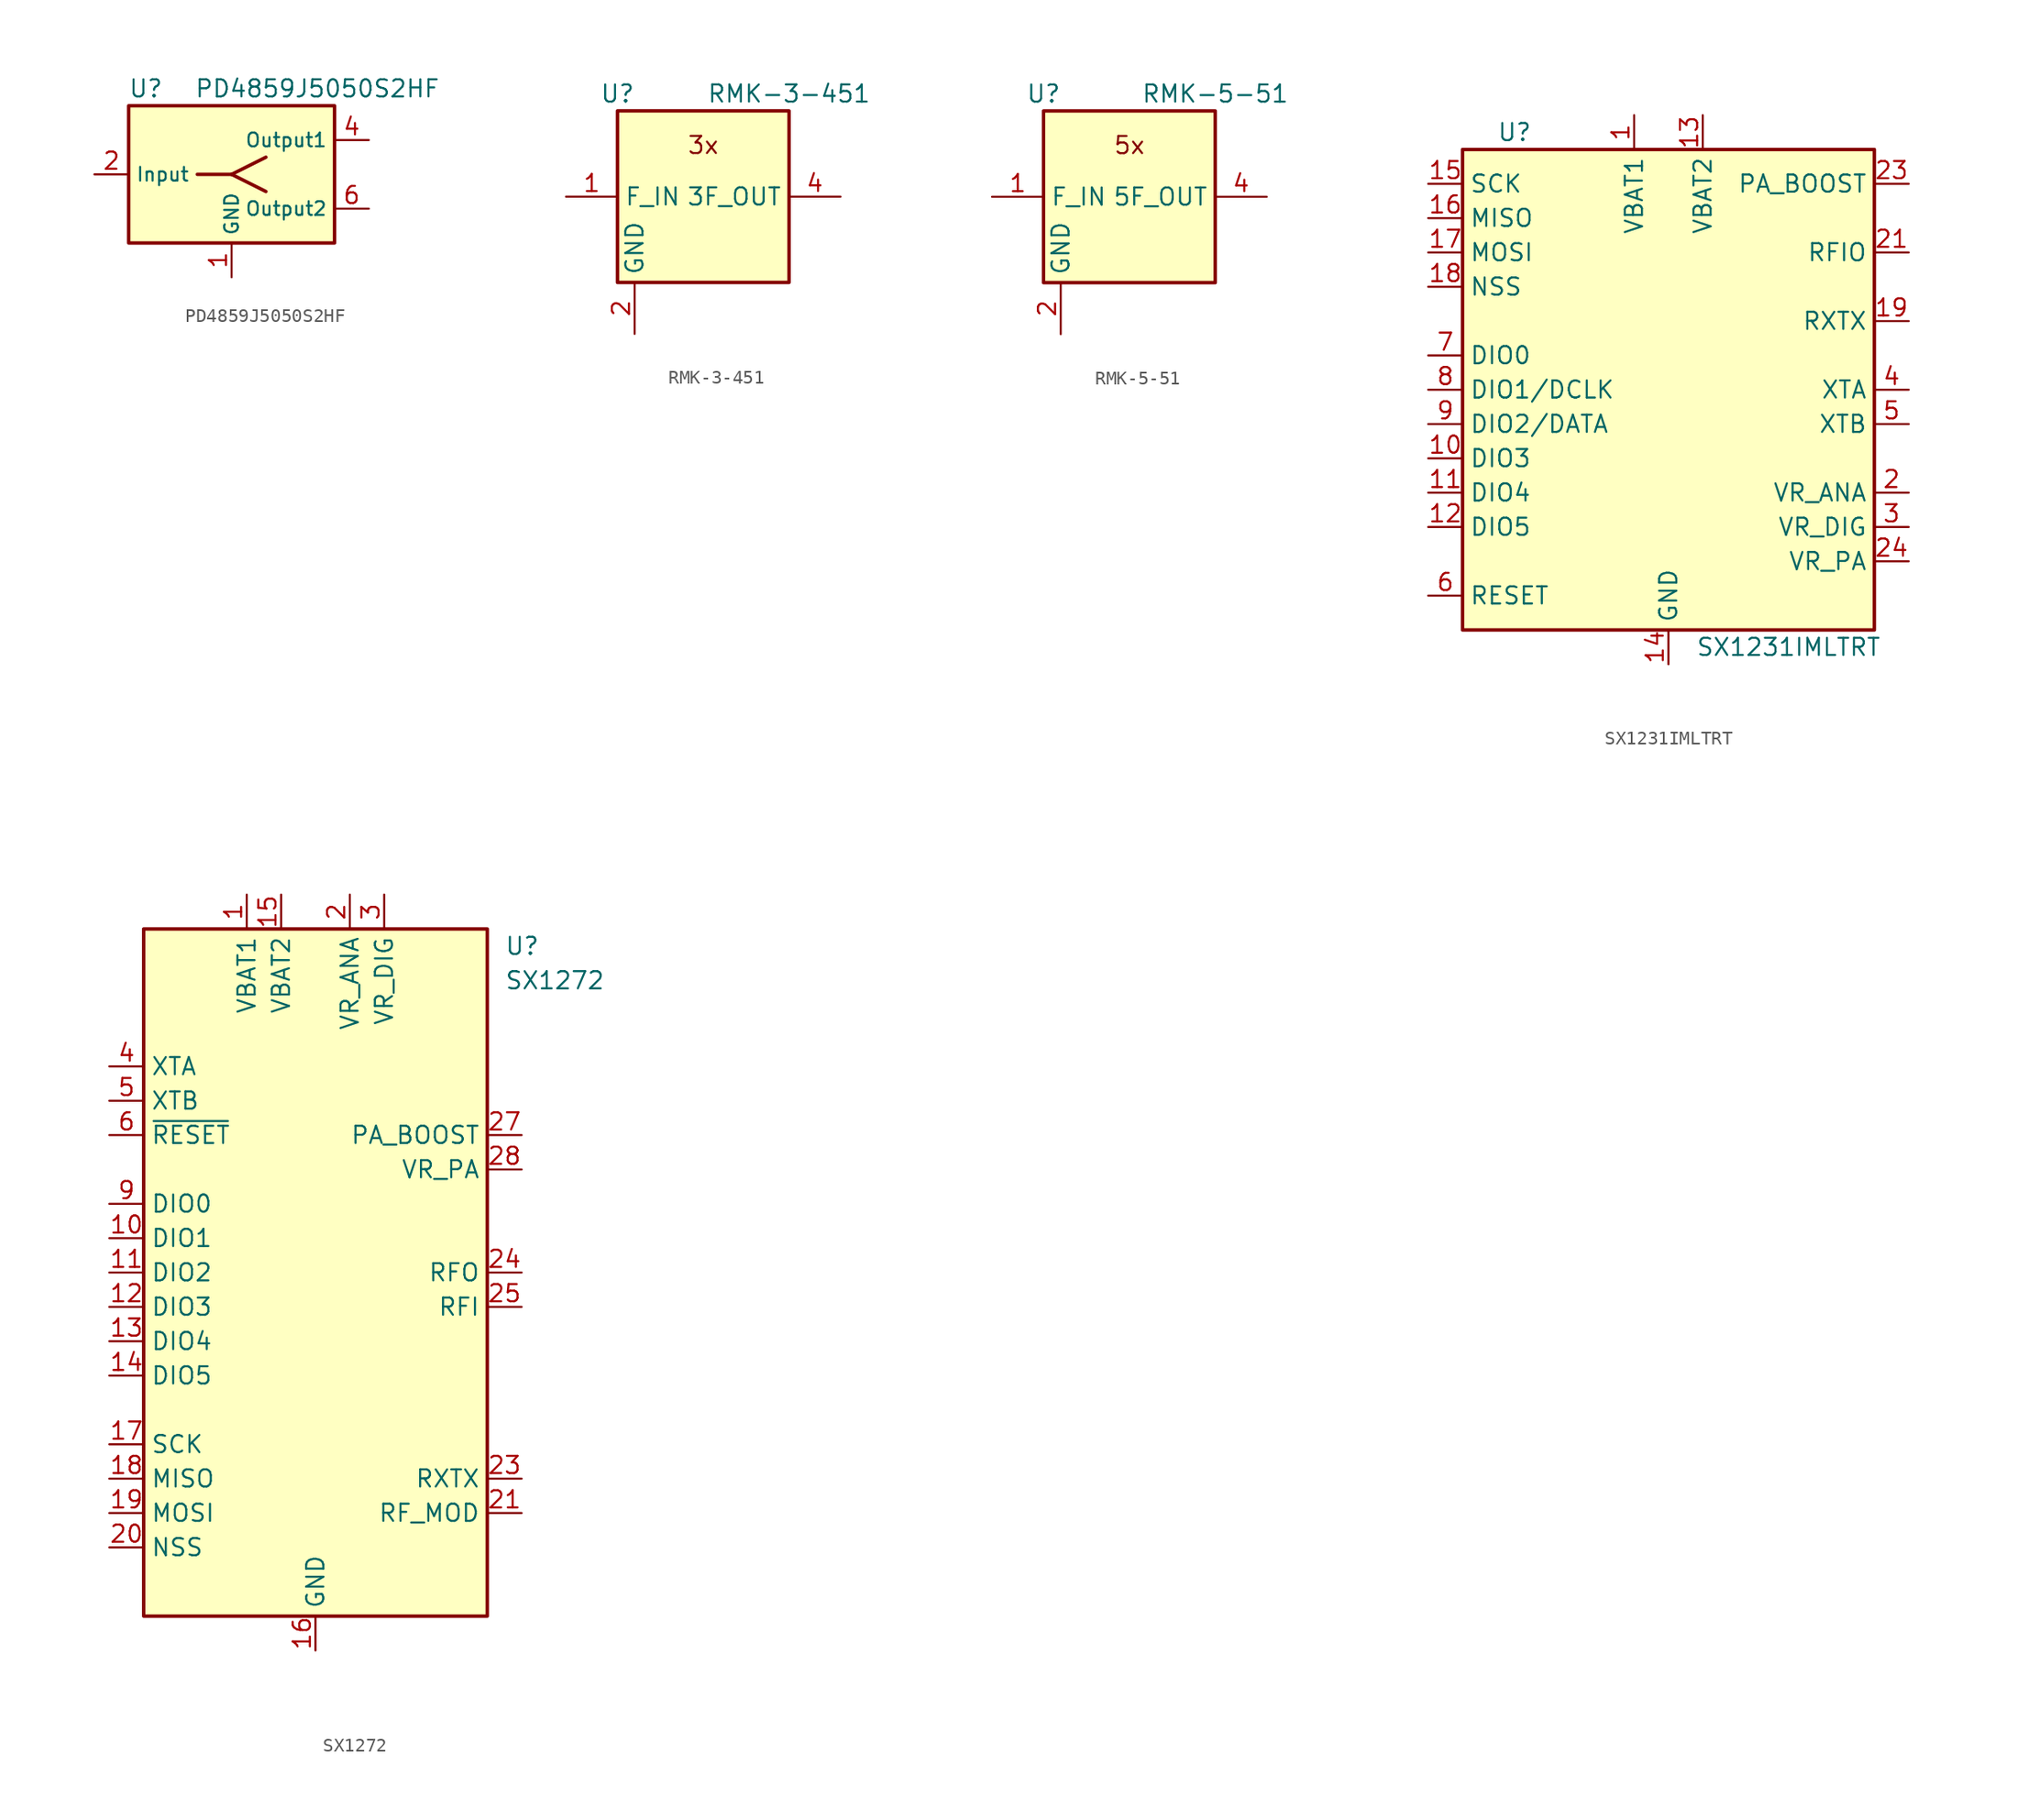
<source format=kicad_sym>
(kicad_symbol_lib
  (version 20231120)
  (generator "kicad_symbol_editor")
  (generator_version "8.0")
  (symbol "PD4859J5050S2HF"
    (property "Reference" "U"
      (at -6.35 6.35 0)
      (effects (font (size 1.27 1.27))))
    (property "Value" "PD4859J5050S2HF"
      (at 6.35 6.35 0)
      (effects (font (size 1.27 1.27))))
    (symbol "PD4859J5050S2HF_0_1"
      (rectangle (start -7.62 5.08) (end 7.62 -5.08) (stroke (width 0.254) (type default)) (fill (type background)))
      (polyline (pts (xy -2.54 0) (xy 0 0)) (stroke (width 0.254) (type default)) (fill (type none)))
      (polyline (pts (xy 0 0) (xy 2.54 -1.27)) (stroke (width 0.254) (type default)) (fill (type none)))
      (polyline (pts (xy 0 0) (xy 2.54 1.27)) (stroke (width 0.254) (type default)) (fill (type none))))
    (symbol "PD4859J5050S2HF_1_1"
      (pin power_in line (at 0 -7.62 90) (length 2.54) (name "GND" (effects (font (size 1.016 1.016)))) (number "1" (effects (font (size 1.27 1.27)))))
      (pin input line (at -10.16 0 0) (length 2.54) (name "Input" (effects (font (size 1.016 1.016)))) (number "2" (effects (font (size 1.27 1.27)))))
      (pin passive line (at 0 -7.62 90) (length 2.54) hide (name "GND" (effects (font (size 1.016 1.016)))) (number "3" (effects (font (size 1.27 1.27)))))
      (pin output line (at 10.16 2.54 180) (length 2.54) (name "Output1" (effects (font (size 1.016 1.016)))) (number "4" (effects (font (size 1.27 1.27)))))
      (pin passive line (at 0 -7.62 90) (length 2.54) hide (name "GND" (effects (font (size 1.016 1.016)))) (number "5" (effects (font (size 1.27 1.27)))))
      (pin output line (at 10.16 -2.54 180) (length 2.54) (name "Output2" (effects (font (size 1.016 1.016)))) (number "6" (effects (font (size 1.27 1.27)))))))
  (symbol "RMK-3-451"
    (property "Reference" "U"
      (at -6.35 7.62 0)
      (effects (font (size 1.27 1.27))))
    (property "Value" "RMK-3-451"
      (at 6.35 7.62 0)
      (effects (font (size 1.27 1.27))))
    (symbol "RMK-3-451_0_0"
      (text "3x" (at 0 3.81 0) (effects (font (size 1.27 1.27)))))
    (symbol "RMK-3-451_0_1"
      (rectangle (start -6.35 6.35) (end 6.35 -6.35) (stroke (width 0.254) (type default)) (fill (type background))))
    (symbol "RMK-3-451_1_1"
      (pin input line (at -10.16 0 0) (length 3.81) (name "F_IN" (effects (font (size 1.27 1.27)))) (number "1" (effects (font (size 1.27 1.27)))))
      (pin power_in line (at -5.08 -10.16 90) (length 3.81) (name "GND" (effects (font (size 1.27 1.27)))) (number "2" (effects (font (size 1.27 1.27)))))
      (pin passive line (at -5.08 -10.16 90) (length 3.81) hide (name "GND" (effects (font (size 1.27 1.27)))) (number "3" (effects (font (size 1.27 1.27)))))
      (pin output line (at 10.16 0 180) (length 3.81) (name "3F_OUT" (effects (font (size 1.27 1.27)))) (number "4" (effects (font (size 1.27 1.27)))))
      (pin passive line (at -5.08 -10.16 90) (length 3.81) hide (name "GND" (effects (font (size 1.27 1.27)))) (number "5" (effects (font (size 1.27 1.27)))))
      (pin passive line (at -5.08 -10.16 90) (length 3.81) hide (name "GND" (effects (font (size 1.27 1.27)))) (number "6" (effects (font (size 1.27 1.27)))))))
  (symbol "RMK-5-51"
    (property "Reference" "U"
      (at -6.35 7.62 0)
      (effects (font (size 1.27 1.27))))
    (property "Value" "RMK-5-51"
      (at 6.35 7.62 0)
      (effects (font (size 1.27 1.27))))
    (symbol "RMK-5-51_0_0"
      (text "5x" (at 0 3.81 0) (effects (font (size 1.27 1.27)))))
    (symbol "RMK-5-51_0_1"
      (rectangle (start -6.35 6.35) (end 6.35 -6.35) (stroke (width 0.254) (type default)) (fill (type background))))
    (symbol "RMK-5-51_1_1"
      (pin input line (at -10.16 0 0) (length 3.81) (name "F_IN" (effects (font (size 1.27 1.27)))) (number "1" (effects (font (size 1.27 1.27)))))
      (pin power_in line (at -5.08 -10.16 90) (length 3.81) (name "GND" (effects (font (size 1.27 1.27)))) (number "2" (effects (font (size 1.27 1.27)))))
      (pin passive line (at -5.08 -10.16 90) (length 3.81) hide (name "GND" (effects (font (size 1.27 1.27)))) (number "3" (effects (font (size 1.27 1.27)))))
      (pin output line (at 10.16 0 180) (length 3.81) (name "5F_OUT" (effects (font (size 1.27 1.27)))) (number "4" (effects (font (size 1.27 1.27)))))
      (pin passive line (at -5.08 -10.16 90) (length 3.81) hide (name "GND" (effects (font (size 1.27 1.27)))) (number "5" (effects (font (size 1.27 1.27)))))
      (pin passive line (at -5.08 -10.16 90) (length 3.81) hide (name "GND" (effects (font (size 1.27 1.27)))) (number "6" (effects (font (size 1.27 1.27)))))))
  (symbol "SX1231IMLTRT"
    (property "Reference" "U"
      (at -12.7 19.05 0)
      (effects (font (size 1.27 1.27)) (justify left)))
    (property "Value" "SX1231IMLTRT"
      (at 8.89 -19.05 0)
      (effects (font (size 1.27 1.27))))
    (symbol "SX1231IMLTRT_0_1"
      (rectangle (start -15.24 17.78) (end 15.24 -17.78) (stroke (width 0.254) (type default)) (fill (type background))))
    (symbol "SX1231IMLTRT_1_1"
      (pin power_in line (at -2.54 20.32 270) (length 2.54) (name "VBAT1" (effects (font (size 1.27 1.27)))) (number "1" (effects (font (size 1.27 1.27)))))
      (pin bidirectional line (at -17.78 -5.08 0) (length 2.54) (name "DIO3" (effects (font (size 1.27 1.27)))) (number "10" (effects (font (size 1.27 1.27)))))
      (pin bidirectional line (at -17.78 -7.62 0) (length 2.54) (name "DIO4" (effects (font (size 1.27 1.27)))) (number "11" (effects (font (size 1.27 1.27)))))
      (pin bidirectional line (at -17.78 -10.16 0) (length 2.54) (name "DIO5" (effects (font (size 1.27 1.27)))) (number "12" (effects (font (size 1.27 1.27)))))
      (pin power_in line (at 2.54 20.32 270) (length 2.54) (name "VBAT2" (effects (font (size 1.27 1.27)))) (number "13" (effects (font (size 1.27 1.27)))))
      (pin power_in line (at 0 -20.32 90) (length 2.54) (name "GND" (effects (font (size 1.27 1.27)))) (number "14" (effects (font (size 1.27 1.27)))))
      (pin input line (at -17.78 15.24 0) (length 2.54) (name "SCK" (effects (font (size 1.27 1.27)))) (number "15" (effects (font (size 1.27 1.27)))))
      (pin output line (at -17.78 12.7 0) (length 2.54) (name "MISO" (effects (font (size 1.27 1.27)))) (number "16" (effects (font (size 1.27 1.27)))))
      (pin input line (at -17.78 10.16 0) (length 2.54) (name "MOSI" (effects (font (size 1.27 1.27)))) (number "17" (effects (font (size 1.27 1.27)))))
      (pin input line (at -17.78 7.62 0) (length 2.54) (name "NSS" (effects (font (size 1.27 1.27)))) (number "18" (effects (font (size 1.27 1.27)))))
      (pin output line (at 17.78 5.08 180) (length 2.54) (name "RXTX" (effects (font (size 1.27 1.27)))) (number "19" (effects (font (size 1.27 1.27)))))
      (pin power_out line (at 17.78 -7.62 180) (length 2.54) (name "VR_ANA" (effects (font (size 1.27 1.27)))) (number "2" (effects (font (size 1.27 1.27)))))
      (pin passive line (at 0 -20.32 90) (length 2.54) hide (name "GND" (effects (font (size 1.27 1.27)))) (number "20" (effects (font (size 1.27 1.27)))))
      (pin bidirectional line (at 17.78 10.16 180) (length 2.54) (name "RFIO" (effects (font (size 1.27 1.27)))) (number "21" (effects (font (size 1.27 1.27)))))
      (pin passive line (at 0 -20.32 90) (length 2.54) hide (name "GND" (effects (font (size 1.27 1.27)))) (number "22" (effects (font (size 1.27 1.27)))))
      (pin output line (at 17.78 15.24 180) (length 2.54) (name "PA_BOOST" (effects (font (size 1.27 1.27)))) (number "23" (effects (font (size 1.27 1.27)))))
      (pin power_out line (at 17.78 -12.7 180) (length 2.54) (name "VR_PA" (effects (font (size 1.27 1.27)))) (number "24" (effects (font (size 1.27 1.27)))))
      (pin passive line (at 0 -20.32 90) (length 2.54) hide (name "GND" (effects (font (size 1.27 1.27)))) (number "25" (effects (font (size 1.27 1.27)))))
      (pin power_out line (at 17.78 -10.16 180) (length 2.54) (name "VR_DIG" (effects (font (size 1.27 1.27)))) (number "3" (effects (font (size 1.27 1.27)))))
      (pin input line (at 17.78 0 180) (length 2.54) (name "XTA" (effects (font (size 1.27 1.27)))) (number "4" (effects (font (size 1.27 1.27)))))
      (pin input line (at 17.78 -2.54 180) (length 2.54) (name "XTB" (effects (font (size 1.27 1.27)))) (number "5" (effects (font (size 1.27 1.27)))))
      (pin input line (at -17.78 -15.24 0) (length 2.54) (name "RESET" (effects (font (size 1.27 1.27)))) (number "6" (effects (font (size 1.27 1.27)))))
      (pin bidirectional line (at -17.78 2.54 0) (length 2.54) (name "DIO0" (effects (font (size 1.27 1.27)))) (number "7" (effects (font (size 1.27 1.27)))))
      (pin bidirectional line (at -17.78 0 0) (length 2.54) (name "DIO1/DCLK" (effects (font (size 1.27 1.27)))) (number "8" (effects (font (size 1.27 1.27)))))
      (pin bidirectional line (at -17.78 -2.54 0) (length 2.54) (name "DIO2/DATA" (effects (font (size 1.27 1.27)))) (number "9" (effects (font (size 1.27 1.27)))))))
  (symbol "SX1272"
    (property "Reference" "U"
      (at 13.97 24.13 0)
      (effects (font (size 1.27 1.27)) (justify left)))
    (property "Value" "SX1272"
      (at 13.97 21.59 0)
      (effects (font (size 1.27 1.27)) (justify left)))
    (symbol "SX1272_0_1"
      (rectangle (start -12.7 25.4) (end 12.7 -25.4) (stroke (width 0.254) (type default)) (fill (type background))))
    (symbol "SX1272_1_1"
      (pin power_in line (at -5.08 27.94 270) (length 2.54) (name "VBAT1" (effects (font (size 1.27 1.27)))) (number "1" (effects (font (size 1.27 1.27)))))
      (pin bidirectional line (at -15.24 2.54 0) (length 2.54) (name "DIO1" (effects (font (size 1.27 1.27)))) (number "10" (effects (font (size 1.27 1.27)))))
      (pin bidirectional line (at -15.24 0 0) (length 2.54) (name "DIO2" (effects (font (size 1.27 1.27)))) (number "11" (effects (font (size 1.27 1.27)))))
      (pin bidirectional line (at -15.24 -2.54 0) (length 2.54) (name "DIO3" (effects (font (size 1.27 1.27)))) (number "12" (effects (font (size 1.27 1.27)))))
      (pin bidirectional line (at -15.24 -5.08 0) (length 2.54) (name "DIO4" (effects (font (size 1.27 1.27)))) (number "13" (effects (font (size 1.27 1.27)))))
      (pin bidirectional line (at -15.24 -7.62 0) (length 2.54) (name "DIO5" (effects (font (size 1.27 1.27)))) (number "14" (effects (font (size 1.27 1.27)))))
      (pin power_in line (at -2.54 27.94 270) (length 2.54) (name "VBAT2" (effects (font (size 1.27 1.27)))) (number "15" (effects (font (size 1.27 1.27)))))
      (pin power_in line (at 0 -27.94 90) (length 2.54) (name "GND" (effects (font (size 1.27 1.27)))) (number "16" (effects (font (size 1.27 1.27)))))
      (pin input line (at -15.24 -12.7 0) (length 2.54) (name "SCK" (effects (font (size 1.27 1.27)))) (number "17" (effects (font (size 1.27 1.27)))))
      (pin output line (at -15.24 -15.24 0) (length 2.54) (name "MISO" (effects (font (size 1.27 1.27)))) (number "18" (effects (font (size 1.27 1.27)))))
      (pin input line (at -15.24 -17.78 0) (length 2.54) (name "MOSI" (effects (font (size 1.27 1.27)))) (number "19" (effects (font (size 1.27 1.27)))))
      (pin power_in line (at 2.54 27.94 270) (length 2.54) (name "VR_ANA" (effects (font (size 1.27 1.27)))) (number "2" (effects (font (size 1.27 1.27)))))
      (pin input line (at -15.24 -20.32 0) (length 2.54) (name "NSS" (effects (font (size 1.27 1.27)))) (number "20" (effects (font (size 1.27 1.27)))))
      (pin output line (at 15.24 -17.78 180) (length 2.54) (name "RF_MOD" (effects (font (size 1.27 1.27)))) (number "21" (effects (font (size 1.27 1.27)))))
      (pin passive line (at 0 -27.94 90) (length 2.54) hide (name "GND" (effects (font (size 1.27 1.27)))) (number "22" (effects (font (size 1.27 1.27)))))
      (pin output line (at 15.24 -15.24 180) (length 2.54) (name "RXTX" (effects (font (size 1.27 1.27)))) (number "23" (effects (font (size 1.27 1.27)))))
      (pin output line (at 15.24 0 180) (length 2.54) (name "RFO" (effects (font (size 1.27 1.27)))) (number "24" (effects (font (size 1.27 1.27)))))
      (pin input line (at 15.24 -2.54 180) (length 2.54) (name "RFI" (effects (font (size 1.27 1.27)))) (number "25" (effects (font (size 1.27 1.27)))))
      (pin passive line (at 0 -27.94 90) (length 2.54) hide (name "GND" (effects (font (size 1.27 1.27)))) (number "26" (effects (font (size 1.27 1.27)))))
      (pin power_out line (at 15.24 10.16 180) (length 2.54) (name "PA_BOOST" (effects (font (size 1.27 1.27)))) (number "27" (effects (font (size 1.27 1.27)))))
      (pin power_out line (at 15.24 7.62 180) (length 2.54) (name "VR_PA" (effects (font (size 1.27 1.27)))) (number "28" (effects (font (size 1.27 1.27)))))
      (pin passive line (at 0 -27.94 90) (length 2.54) hide (name "GND" (effects (font (size 1.27 1.27)))) (number "29" (effects (font (size 1.27 1.27)))))
      (pin power_in line (at 5.08 27.94 270) (length 2.54) (name "VR_DIG" (effects (font (size 1.27 1.27)))) (number "3" (effects (font (size 1.27 1.27)))))
      (pin bidirectional line (at -15.24 15.24 0) (length 2.54) (name "XTA" (effects (font (size 1.27 1.27)))) (number "4" (effects (font (size 1.27 1.27)))))
      (pin bidirectional line (at -15.24 12.7 0) (length 2.54) (name "XTB" (effects (font (size 1.27 1.27)))) (number "5" (effects (font (size 1.27 1.27)))))
      (pin input line (at -15.24 10.16 0) (length 2.54) (name "~{RESET}" (effects (font (size 1.27 1.27)))) (number "6" (effects (font (size 1.27 1.27)))))
      (pin no_connect line (at 12.7 -7.62 180) (length 2.54) hide (name "NC" (effects (font (size 1.27 1.27)))) (number "7" (effects (font (size 1.27 1.27)))))
      (pin no_connect line (at 12.7 -5.08 180) (length 2.54) hide (name "NC" (effects (font (size 1.27 1.27)))) (number "8" (effects (font (size 1.27 1.27)))))
      (pin bidirectional line (at -15.24 5.08 0) (length 2.54) (name "DIO0" (effects (font (size 1.27 1.27)))) (number "9" (effects (font (size 1.27 1.27))))))))
</source>
